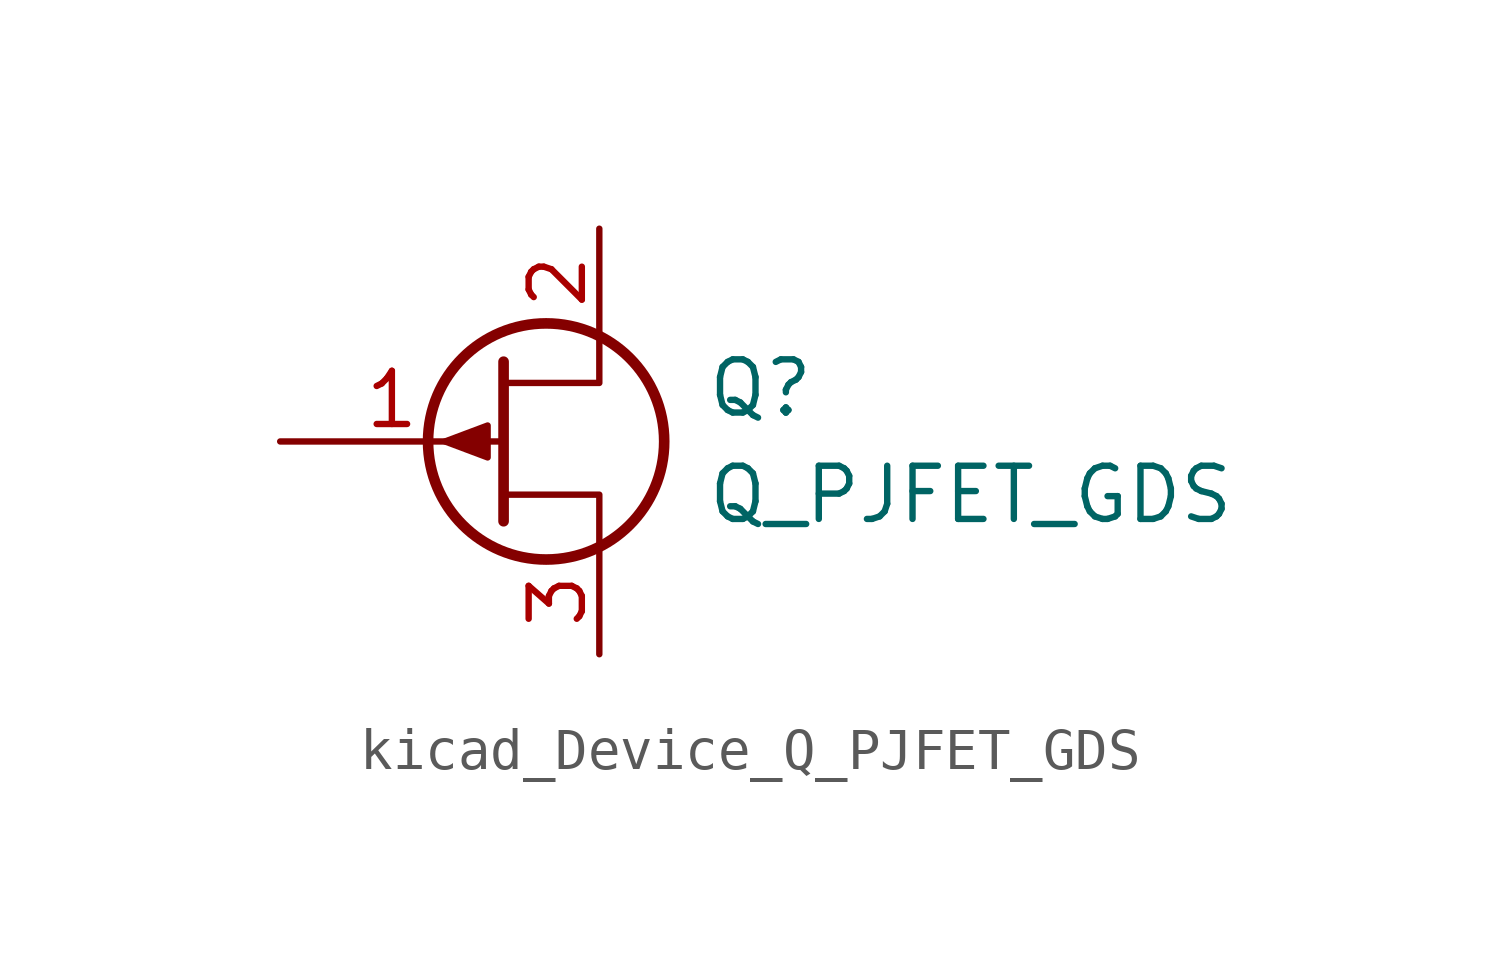
<source format=kicad_sym>
(kicad_symbol_lib
  (version 20220914)
  (generator kicad_symbol_editor)
  (symbol "kicad_Device_Q_PJFET_GDS"
    (pin_names
      (offset 0) hide)
    (property "Reference" "Q"
      (at 5.08 1.27 0)
      (effects (font (size 1.27 1.27)) (justify left)))
    (property "Value" "Q_PJFET_GDS"
      (at 5.08 -1.27 0)
      (effects (font (size 1.27 1.27)) (justify left)))
    (symbol "kicad_Device_Q_PJFET_GDS_0_1"
      (polyline (pts (xy 0.254 1.905) (xy 0.254 -1.905) (xy 0.254 -1.905)) (stroke (width 0.254) (type default)) (fill (type none)))
      (polyline (pts (xy 2.54 -2.54) (xy 2.54 -1.27) (xy 0.254 -1.27)) (stroke (width 0) (type default)) (fill (type none)))
      (polyline (pts (xy 2.54 2.54) (xy 2.54 1.397) (xy 0.254 1.397)) (stroke (width 0) (type default)) (fill (type none)))
      (polyline (pts (xy -1.143 0) (xy -0.127 0.381) (xy -0.127 -0.381) (xy -1.143 0)) (stroke (width 0) (type default)) (fill (type outline)))
      (circle (center 1.27 0) (radius 2.819) (stroke (width 0.254) (type default)) (fill (type none))))
    (symbol "kicad_Device_Q_PJFET_GDS_1_1"
      (pin input line (at -5.08 0 0) (length 5.334) (name "G" (effects (font (size 1.27 1.27)))) (number "1" (effects (font (size 1.27 1.27)))))
      (pin passive line (at 2.54 5.08 270) (length 2.54) (name "D" (effects (font (size 1.27 1.27)))) (number "2" (effects (font (size 1.27 1.27)))))
      (pin passive line (at 2.54 -5.08 90) (length 2.54) (name "S" (effects (font (size 1.27 1.27)))) (number "3" (effects (font (size 1.27 1.27))))))))
</source>
